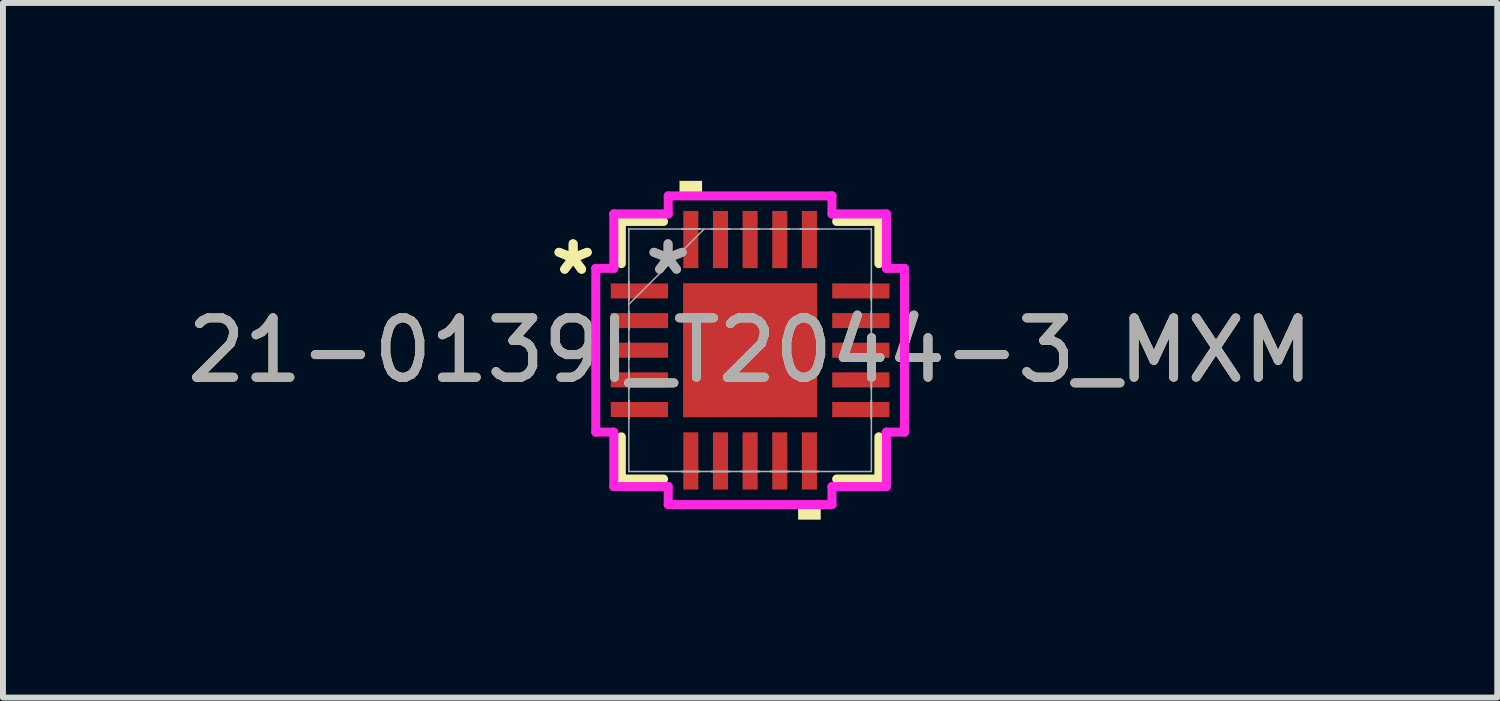
<source format=kicad_pcb>
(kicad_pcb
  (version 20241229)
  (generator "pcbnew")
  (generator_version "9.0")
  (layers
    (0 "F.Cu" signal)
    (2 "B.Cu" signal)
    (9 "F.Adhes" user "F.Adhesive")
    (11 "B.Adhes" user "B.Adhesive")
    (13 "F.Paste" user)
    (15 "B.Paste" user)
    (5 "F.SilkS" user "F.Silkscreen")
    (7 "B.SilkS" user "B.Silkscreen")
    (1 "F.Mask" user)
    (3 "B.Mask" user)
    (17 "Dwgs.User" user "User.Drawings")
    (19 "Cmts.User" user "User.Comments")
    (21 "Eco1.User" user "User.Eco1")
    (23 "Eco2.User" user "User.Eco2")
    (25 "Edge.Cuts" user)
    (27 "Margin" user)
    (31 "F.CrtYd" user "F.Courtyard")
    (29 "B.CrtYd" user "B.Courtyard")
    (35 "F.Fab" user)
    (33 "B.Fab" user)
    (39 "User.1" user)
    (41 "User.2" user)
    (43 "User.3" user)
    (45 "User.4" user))
  (footprint "21-0139I_T2044-3_MXM"
    (layer "F.Cu")
    (at 9.601 2.857)
    (property "Reference" "21-0139I_T2044-3_MXM" (at 0 0 0) (unlocked yes) (layer "F.SilkS") (effects (font (size 1 1) (thickness 0.15))))
    (attr smd)
    (fp_line (start -2.172 -2.172) (end -2.172 -1.46) (stroke (width 0.152) (type solid)) (layer "F.SilkS"))
    (fp_line (start -2.172 1.46) (end -2.172 2.172) (stroke (width 0.152) (type solid)) (layer "F.SilkS"))
    (fp_line (start -2.172 2.172) (end -1.46 2.172) (stroke (width 0.152) (type solid)) (layer "F.SilkS"))
    (fp_line (start -1.46 -2.172) (end -2.172 -2.172) (stroke (width 0.152) (type solid)) (layer "F.SilkS"))
    (fp_line (start 1.46 2.172) (end 2.172 2.172) (stroke (width 0.152) (type solid)) (layer "F.SilkS"))
    (fp_line (start 2.172 -2.172) (end 1.46 -2.172) (stroke (width 0.152) (type solid)) (layer "F.SilkS"))
    (fp_line (start 2.172 -1.46) (end 2.172 -2.172) (stroke (width 0.152) (type solid)) (layer "F.SilkS"))
    (fp_line (start 2.172 2.172) (end 2.172 1.46) (stroke (width 0.152) (type solid)) (layer "F.SilkS"))
    (fp_poly (pts (xy -1.191 -2.603) (xy -1.191 -2.857) (xy -0.81 -2.857) (xy -0.81 -2.603)) (stroke (width 0) (type solid)) (fill yes) (layer "F.SilkS"))
    (fp_poly (pts (xy 0.81 2.603) (xy 0.81 2.857) (xy 1.191 2.857) (xy 1.191 2.603)) (stroke (width 0) (type solid)) (fill yes) (layer "F.SilkS"))
    (fp_line (start -2.603 -1.381) (end -2.299 -1.381) (stroke (width 0.152) (type solid)) (layer "F.CrtYd"))
    (fp_line (start -2.603 1.381) (end -2.603 -1.381) (stroke (width 0.152) (type solid)) (layer "F.CrtYd"))
    (fp_line (start -2.299 -2.299) (end -1.381 -2.299) (stroke (width 0.152) (type solid)) (layer "F.CrtYd"))
    (fp_line (start -2.299 -1.381) (end -2.299 -2.299) (stroke (width 0.152) (type solid)) (layer "F.CrtYd"))
    (fp_line (start -2.299 1.381) (end -2.603 1.381) (stroke (width 0.152) (type solid)) (layer "F.CrtYd"))
    (fp_line (start -2.299 2.299) (end -2.299 1.381) (stroke (width 0.152) (type solid)) (layer "F.CrtYd"))
    (fp_line (start -1.381 -2.603) (end 1.381 -2.603) (stroke (width 0.152) (type solid)) (layer "F.CrtYd"))
    (fp_line (start -1.381 -2.299) (end -1.381 -2.603) (stroke (width 0.152) (type solid)) (layer "F.CrtYd"))
    (fp_line (start -1.381 2.299) (end -2.299 2.299) (stroke (width 0.152) (type solid)) (layer "F.CrtYd"))
    (fp_line (start -1.381 2.603) (end -1.381 2.299) (stroke (width 0.152) (type solid)) (layer "F.CrtYd"))
    (fp_line (start 1.381 -2.603) (end 1.381 -2.299) (stroke (width 0.152) (type solid)) (layer "F.CrtYd"))
    (fp_line (start 1.381 -2.299) (end 2.299 -2.299) (stroke (width 0.152) (type solid)) (layer "F.CrtYd"))
    (fp_line (start 1.381 2.299) (end 1.381 2.603) (stroke (width 0.152) (type solid)) (layer "F.CrtYd"))
    (fp_line (start 1.381 2.603) (end -1.381 2.603) (stroke (width 0.152) (type solid)) (layer "F.CrtYd"))
    (fp_line (start 2.299 -2.299) (end 2.299 -1.381) (stroke (width 0.152) (type solid)) (layer "F.CrtYd"))
    (fp_line (start 2.299 -1.381) (end 2.603 -1.381) (stroke (width 0.152) (type solid)) (layer "F.CrtYd"))
    (fp_line (start 2.299 1.381) (end 2.299 2.299) (stroke (width 0.152) (type solid)) (layer "F.CrtYd"))
    (fp_line (start 2.299 2.299) (end 1.381 2.299) (stroke (width 0.152) (type solid)) (layer "F.CrtYd"))
    (fp_line (start 2.603 -1.381) (end 2.603 1.381) (stroke (width 0.152) (type solid)) (layer "F.CrtYd"))
    (fp_line (start 2.603 1.381) (end 2.299 1.381) (stroke (width 0.152) (type solid)) (layer "F.CrtYd"))
    (fp_line (start -2.045 -2.045) (end -2.045 -2.045) (stroke (width 0.025) (type solid)) (layer "F.Fab"))
    (fp_line (start -2.045 -2.045) (end -2.045 2.045) (stroke (width 0.025) (type solid)) (layer "F.Fab"))
    (fp_line (start -2.045 -1.152) (end -2.045 -1.152) (stroke (width 0.025) (type solid)) (layer "F.Fab"))
    (fp_line (start -2.045 -1.152) (end -2.045 -0.848) (stroke (width 0.025) (type solid)) (layer "F.Fab"))
    (fp_line (start -2.045 -0.848) (end -2.045 -1.152) (stroke (width 0.025) (type solid)) (layer "F.Fab"))
    (fp_line (start -2.045 -0.848) (end -2.045 -0.848) (stroke (width 0.025) (type solid)) (layer "F.Fab"))
    (fp_line (start -2.045 -0.775) (end -0.775 -2.045) (stroke (width 0.025) (type solid)) (layer "F.Fab"))
    (fp_line (start -2.045 -0.652) (end -2.045 -0.652) (stroke (width 0.025) (type solid)) (layer "F.Fab"))
    (fp_line (start -2.045 -0.652) (end -2.045 -0.348) (stroke (width 0.025) (type solid)) (layer "F.Fab"))
    (fp_line (start -2.045 -0.348) (end -2.045 -0.652) (stroke (width 0.025) (type solid)) (layer "F.Fab"))
    (fp_line (start -2.045 -0.348) (end -2.045 -0.348) (stroke (width 0.025) (type solid)) (layer "F.Fab"))
    (fp_line (start -2.045 -0.152) (end -2.045 -0.152) (stroke (width 0.025) (type solid)) (layer "F.Fab"))
    (fp_line (start -2.045 -0.152) (end -2.045 0.152) (stroke (width 0.025) (type solid)) (layer "F.Fab"))
    (fp_line (start -2.045 0.152) (end -2.045 -0.152) (stroke (width 0.025) (type solid)) (layer "F.Fab"))
    (fp_line (start -2.045 0.152) (end -2.045 0.152) (stroke (width 0.025) (type solid)) (layer "F.Fab"))
    (fp_line (start -2.045 0.348) (end -2.045 0.348) (stroke (width 0.025) (type solid)) (layer "F.Fab"))
    (fp_line (start -2.045 0.348) (end -2.045 0.652) (stroke (width 0.025) (type solid)) (layer "F.Fab"))
    (fp_line (start -2.045 0.652) (end -2.045 0.348) (stroke (width 0.025) (type solid)) (layer "F.Fab"))
    (fp_line (start -2.045 0.652) (end -2.045 0.652) (stroke (width 0.025) (type solid)) (layer "F.Fab"))
    (fp_line (start -2.045 0.848) (end -2.045 0.848) (stroke (width 0.025) (type solid)) (layer "F.Fab"))
    (fp_line (start -2.045 0.848) (end -2.045 1.152) (stroke (width 0.025) (type solid)) (layer "F.Fab"))
    (fp_line (start -2.045 1.152) (end -2.045 0.848) (stroke (width 0.025) (type solid)) (layer "F.Fab"))
    (fp_line (start -2.045 1.152) (end -2.045 1.152) (stroke (width 0.025) (type solid)) (layer "F.Fab"))
    (fp_line (start -2.045 2.045) (end -2.045 2.045) (stroke (width 0.025) (type solid)) (layer "F.Fab"))
    (fp_line (start -2.045 2.045) (end 2.045 2.045) (stroke (width 0.025) (type solid)) (layer "F.Fab"))
    (fp_line (start -1.152 -2.045) (end -1.152 -2.045) (stroke (width 0.025) (type solid)) (layer "F.Fab"))
    (fp_line (start -1.152 -2.045) (end -0.848 -2.045) (stroke (width 0.025) (type solid)) (layer "F.Fab"))
    (fp_line (start -1.152 2.045) (end -1.152 2.045) (stroke (width 0.025) (type solid)) (layer "F.Fab"))
    (fp_line (start -1.152 2.045) (end -0.848 2.045) (stroke (width 0.025) (type solid)) (layer "F.Fab"))
    (fp_line (start -0.848 -2.045) (end -1.152 -2.045) (stroke (width 0.025) (type solid)) (layer "F.Fab"))
    (fp_line (start -0.848 -2.045) (end -0.848 -2.045) (stroke (width 0.025) (type solid)) (layer "F.Fab"))
    (fp_line (start -0.848 2.045) (end -1.152 2.045) (stroke (width 0.025) (type solid)) (layer "F.Fab"))
    (fp_line (start -0.848 2.045) (end -0.848 2.045) (stroke (width 0.025) (type solid)) (layer "F.Fab"))
    (fp_line (start -0.652 -2.045) (end -0.652 -2.045) (stroke (width 0.025) (type solid)) (layer "F.Fab"))
    (fp_line (start -0.652 -2.045) (end -0.348 -2.045) (stroke (width 0.025) (type solid)) (layer "F.Fab"))
    (fp_line (start -0.652 2.045) (end -0.652 2.045) (stroke (width 0.025) (type solid)) (layer "F.Fab"))
    (fp_line (start -0.652 2.045) (end -0.348 2.045) (stroke (width 0.025) (type solid)) (layer "F.Fab"))
    (fp_line (start -0.348 -2.045) (end -0.652 -2.045) (stroke (width 0.025) (type solid)) (layer "F.Fab"))
    (fp_line (start -0.348 -2.045) (end -0.348 -2.045) (stroke (width 0.025) (type solid)) (layer "F.Fab"))
    (fp_line (start -0.348 2.045) (end -0.652 2.045) (stroke (width 0.025) (type solid)) (layer "F.Fab"))
    (fp_line (start -0.348 2.045) (end -0.348 2.045) (stroke (width 0.025) (type solid)) (layer "F.Fab"))
    (fp_line (start -0.152 -2.045) (end -0.152 -2.045) (stroke (width 0.025) (type solid)) (layer "F.Fab"))
    (fp_line (start -0.152 -2.045) (end 0.152 -2.045) (stroke (width 0.025) (type solid)) (layer "F.Fab"))
    (fp_line (start -0.152 2.045) (end -0.152 2.045) (stroke (width 0.025) (type solid)) (layer "F.Fab"))
    (fp_line (start -0.152 2.045) (end 0.152 2.045) (stroke (width 0.025) (type solid)) (layer "F.Fab"))
    (fp_line (start 0.152 -2.045) (end -0.152 -2.045) (stroke (width 0.025) (type solid)) (layer "F.Fab"))
    (fp_line (start 0.152 -2.045) (end 0.152 -2.045) (stroke (width 0.025) (type solid)) (layer "F.Fab"))
    (fp_line (start 0.152 2.045) (end -0.152 2.045) (stroke (width 0.025) (type solid)) (layer "F.Fab"))
    (fp_line (start 0.152 2.045) (end 0.152 2.045) (stroke (width 0.025) (type solid)) (layer "F.Fab"))
    (fp_line (start 0.348 -2.045) (end 0.348 -2.045) (stroke (width 0.025) (type solid)) (layer "F.Fab"))
    (fp_line (start 0.348 -2.045) (end 0.652 -2.045) (stroke (width 0.025) (type solid)) (layer "F.Fab"))
    (fp_line (start 0.348 2.045) (end 0.348 2.045) (stroke (width 0.025) (type solid)) (layer "F.Fab"))
    (fp_line (start 0.348 2.045) (end 0.652 2.045) (stroke (width 0.025) (type solid)) (layer "F.Fab"))
    (fp_line (start 0.652 -2.045) (end 0.348 -2.045) (stroke (width 0.025) (type solid)) (layer "F.Fab"))
    (fp_line (start 0.652 -2.045) (end 0.652 -2.045) (stroke (width 0.025) (type solid)) (layer "F.Fab"))
    (fp_line (start 0.652 2.045) (end 0.348 2.045) (stroke (width 0.025) (type solid)) (layer "F.Fab"))
    (fp_line (start 0.652 2.045) (end 0.652 2.045) (stroke (width 0.025) (type solid)) (layer "F.Fab"))
    (fp_line (start 0.848 -2.045) (end 0.848 -2.045) (stroke (width 0.025) (type solid)) (layer "F.Fab"))
    (fp_line (start 0.848 -2.045) (end 1.152 -2.045) (stroke (width 0.025) (type solid)) (layer "F.Fab"))
    (fp_line (start 0.848 2.045) (end 0.848 2.045) (stroke (width 0.025) (type solid)) (layer "F.Fab"))
    (fp_line (start 0.848 2.045) (end 1.152 2.045) (stroke (width 0.025) (type solid)) (layer "F.Fab"))
    (fp_line (start 1.152 -2.045) (end 0.848 -2.045) (stroke (width 0.025) (type solid)) (layer "F.Fab"))
    (fp_line (start 1.152 -2.045) (end 1.152 -2.045) (stroke (width 0.025) (type solid)) (layer "F.Fab"))
    (fp_line (start 1.152 2.045) (end 0.848 2.045) (stroke (width 0.025) (type solid)) (layer "F.Fab"))
    (fp_line (start 1.152 2.045) (end 1.152 2.045) (stroke (width 0.025) (type solid)) (layer "F.Fab"))
    (fp_line (start 2.045 -2.045) (end -2.045 -2.045) (stroke (width 0.025) (type solid)) (layer "F.Fab"))
    (fp_line (start 2.045 -2.045) (end 2.045 -2.045) (stroke (width 0.025) (type solid)) (layer "F.Fab"))
    (fp_line (start 2.045 -1.152) (end 2.045 -1.152) (stroke (width 0.025) (type solid)) (layer "F.Fab"))
    (fp_line (start 2.045 -1.152) (end 2.045 -0.848) (stroke (width 0.025) (type solid)) (layer "F.Fab"))
    (fp_line (start 2.045 -0.848) (end 2.045 -1.152) (stroke (width 0.025) (type solid)) (layer "F.Fab"))
    (fp_line (start 2.045 -0.848) (end 2.045 -0.848) (stroke (width 0.025) (type solid)) (layer "F.Fab"))
    (fp_line (start 2.045 -0.652) (end 2.045 -0.652) (stroke (width 0.025) (type solid)) (layer "F.Fab"))
    (fp_line (start 2.045 -0.652) (end 2.045 -0.348) (stroke (width 0.025) (type solid)) (layer "F.Fab"))
    (fp_line (start 2.045 -0.348) (end 2.045 -0.652) (stroke (width 0.025) (type solid)) (layer "F.Fab"))
    (fp_line (start 2.045 -0.348) (end 2.045 -0.348) (stroke (width 0.025) (type solid)) (layer "F.Fab"))
    (fp_line (start 2.045 -0.152) (end 2.045 -0.152) (stroke (width 0.025) (type solid)) (layer "F.Fab"))
    (fp_line (start 2.045 -0.152) (end 2.045 0.152) (stroke (width 0.025) (type solid)) (layer "F.Fab"))
    (fp_line (start 2.045 0.152) (end 2.045 -0.152) (stroke (width 0.025) (type solid)) (layer "F.Fab"))
    (fp_line (start 2.045 0.152) (end 2.045 0.152) (stroke (width 0.025) (type solid)) (layer "F.Fab"))
    (fp_line (start 2.045 0.348) (end 2.045 0.348) (stroke (width 0.025) (type solid)) (layer "F.Fab"))
    (fp_line (start 2.045 0.348) (end 2.045 0.652) (stroke (width 0.025) (type solid)) (layer "F.Fab"))
    (fp_line (start 2.045 0.652) (end 2.045 0.348) (stroke (width 0.025) (type solid)) (layer "F.Fab"))
    (fp_line (start 2.045 0.652) (end 2.045 0.652) (stroke (width 0.025) (type solid)) (layer "F.Fab"))
    (fp_line (start 2.045 0.848) (end 2.045 0.848) (stroke (width 0.025) (type solid)) (layer "F.Fab"))
    (fp_line (start 2.045 0.848) (end 2.045 1.152) (stroke (width 0.025) (type solid)) (layer "F.Fab"))
    (fp_line (start 2.045 1.152) (end 2.045 0.848) (stroke (width 0.025) (type solid)) (layer "F.Fab"))
    (fp_line (start 2.045 1.152) (end 2.045 1.152) (stroke (width 0.025) (type solid)) (layer "F.Fab"))
    (fp_line (start 2.045 2.045) (end 2.045 -2.045) (stroke (width 0.025) (type solid)) (layer "F.Fab"))
    (fp_line (start 2.045 2.045) (end 2.045 2.045) (stroke (width 0.025) (type solid)) (layer "F.Fab"))
    (fp_text user "*" (at -2.985 -1.25 0) (unlocked yes) (layer "F.SilkS") (effects (font (size 1 1) (thickness 0.15))))
    (fp_text user "*" (at -2.985 -1.25 0) (layer "F.SilkS") (effects (font (size 1 1) (thickness 0.15))))
    (fp_text user "*" (at -1.384 -1.25 0) (layer "F.Fab") (effects (font (size 1 1) (thickness 0.15))))
    (fp_text user "${REFERENCE}" (at 0 0 0) (unlocked yes) (layer "F.Fab") (effects (font (size 1 1) (thickness 0.15))))
    (fp_text user "*" (at -1.384 -1.25 0) (unlocked yes) (layer "F.Fab") (effects (font (size 1 1) (thickness 0.15))))
    (pad "1" smd rect (at -1.867 -1 90) (size 0.254 0.965) (layers "F.Cu" "F.Mask" "F.Paste"))
    (pad "2" smd rect (at -1.867 -0.5 90) (size 0.254 0.965) (layers "F.Cu" "F.Mask" "F.Paste"))
    (pad "3" smd rect (at -1.867 0 90) (size 0.254 0.965) (layers "F.Cu" "F.Mask" "F.Paste"))
    (pad "4" smd rect (at -1.867 0.5 90) (size 0.254 0.965) (layers "F.Cu" "F.Mask" "F.Paste"))
    (pad "5" smd rect (at -1.867 1 90) (size 0.254 0.965) (layers "F.Cu" "F.Mask" "F.Paste"))
    (pad "6" smd rect (at -1 1.867) (size 0.254 0.965) (layers "F.Cu" "F.Mask" "F.Paste"))
    (pad "7" smd rect (at -0.5 1.867) (size 0.254 0.965) (layers "F.Cu" "F.Mask" "F.Paste"))
    (pad "8" smd rect (at 0 1.867) (size 0.254 0.965) (layers "F.Cu" "F.Mask" "F.Paste"))
    (pad "9" smd rect (at 0.5 1.867) (size 0.254 0.965) (layers "F.Cu" "F.Mask" "F.Paste"))
    (pad "10" smd rect (at 1 1.867) (size 0.254 0.965) (layers "F.Cu" "F.Mask" "F.Paste"))
    (pad "11" smd rect (at 1.867 1 90) (size 0.254 0.965) (layers "F.Cu" "F.Mask" "F.Paste"))
    (pad "12" smd rect (at 1.867 0.5 90) (size 0.254 0.965) (layers "F.Cu" "F.Mask" "F.Paste"))
    (pad "13" smd rect (at 1.867 0 90) (size 0.254 0.965) (layers "F.Cu" "F.Mask" "F.Paste"))
    (pad "14" smd rect (at 1.867 -0.5 90) (size 0.254 0.965) (layers "F.Cu" "F.Mask" "F.Paste"))
    (pad "15" smd rect (at 1.867 -1 90) (size 0.254 0.965) (layers "F.Cu" "F.Mask" "F.Paste"))
    (pad "16" smd rect (at 1 -1.867) (size 0.254 0.965) (layers "F.Cu" "F.Mask" "F.Paste"))
    (pad "17" smd rect (at 0.5 -1.867) (size 0.254 0.965) (layers "F.Cu" "F.Mask" "F.Paste"))
    (pad "18" smd rect (at 0 -1.867) (size 0.254 0.965) (layers "F.Cu" "F.Mask" "F.Paste"))
    (pad "19" smd rect (at -0.5 -1.867) (size 0.254 0.965) (layers "F.Cu" "F.Mask" "F.Paste"))
    (pad "20" smd rect (at -1 -1.867) (size 0.254 0.965) (layers "F.Cu" "F.Mask" "F.Paste"))
    (pad "21" smd rect (at 0 0) (size 2.261 2.261) (layers "F.Cu" "F.Mask" "F.Paste")))
  (gr_rect
    (start -3 -3)
    (end 22.202 8.715)
    (stroke (width 0.1) (type default))
    (fill no)
    (layer "Edge.Cuts")))
</source>
